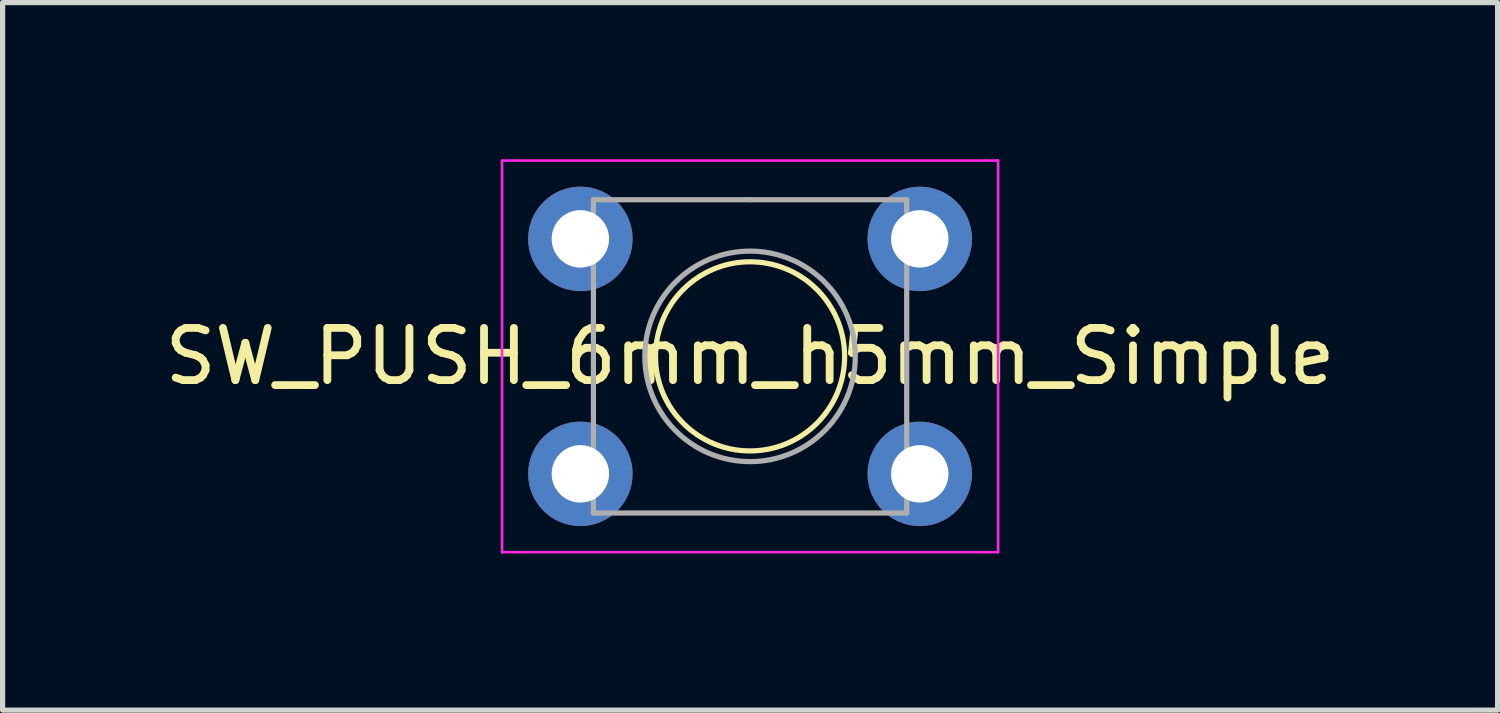
<source format=kicad_pcb>
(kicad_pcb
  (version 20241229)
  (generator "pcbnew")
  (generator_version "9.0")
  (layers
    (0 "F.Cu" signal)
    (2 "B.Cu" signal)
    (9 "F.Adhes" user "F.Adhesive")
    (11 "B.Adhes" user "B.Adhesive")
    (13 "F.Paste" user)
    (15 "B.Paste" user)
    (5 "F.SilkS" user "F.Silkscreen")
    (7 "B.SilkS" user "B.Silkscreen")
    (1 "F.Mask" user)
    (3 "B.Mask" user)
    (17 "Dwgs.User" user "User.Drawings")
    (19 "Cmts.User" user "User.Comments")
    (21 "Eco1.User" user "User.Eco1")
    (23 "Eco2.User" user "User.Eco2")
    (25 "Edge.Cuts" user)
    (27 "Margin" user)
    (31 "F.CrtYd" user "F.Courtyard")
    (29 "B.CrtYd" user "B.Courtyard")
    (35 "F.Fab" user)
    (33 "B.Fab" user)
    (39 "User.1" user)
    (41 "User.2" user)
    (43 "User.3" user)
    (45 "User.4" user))
  (footprint "SW_PUSH_6mm_h5mm_Simple"
    (layer "F.Cu")
    (at 8.065 1.525)
    (property "Reference" "SW_PUSH_6mm_h5mm_Simple" (at 3.25 2.25 0) (layer "F.SilkS") (effects (font (size 1 1) (thickness 0.15))))
    (attr through_hole)
    (fp_circle (center 3.25 2.25) (end 4.57 1.01) (stroke (width 0.1) (type default)) (fill no) (layer "F.SilkS"))
    (fp_line (start -1.5 -1.5) (end -1.25 -1.5) (stroke (width 0.05) (type solid)) (layer "F.CrtYd"))
    (fp_line (start -1.5 -1.25) (end -1.5 -1.5) (stroke (width 0.05) (type solid)) (layer "F.CrtYd"))
    (fp_line (start -1.5 5.75) (end -1.5 -1.25) (stroke (width 0.05) (type solid)) (layer "F.CrtYd"))
    (fp_line (start -1.5 5.75) (end -1.5 6) (stroke (width 0.05) (type solid)) (layer "F.CrtYd"))
    (fp_line (start -1.5 6) (end -1.25 6) (stroke (width 0.05) (type solid)) (layer "F.CrtYd"))
    (fp_line (start -1.25 -1.5) (end 7.75 -1.5) (stroke (width 0.05) (type solid)) (layer "F.CrtYd"))
    (fp_line (start 7.75 -1.5) (end 8 -1.5) (stroke (width 0.05) (type solid)) (layer "F.CrtYd"))
    (fp_line (start 7.75 6) (end -1.25 6) (stroke (width 0.05) (type solid)) (layer "F.CrtYd"))
    (fp_line (start 7.75 6) (end 8 6) (stroke (width 0.05) (type solid)) (layer "F.CrtYd"))
    (fp_line (start 8 -1.5) (end 8 -1.25) (stroke (width 0.05) (type solid)) (layer "F.CrtYd"))
    (fp_line (start 8 -1.25) (end 8 5.75) (stroke (width 0.05) (type solid)) (layer "F.CrtYd"))
    (fp_line (start 8 6) (end 8 5.75) (stroke (width 0.05) (type solid)) (layer "F.CrtYd"))
    (fp_line (start 0.25 -0.75) (end 3.25 -0.75) (stroke (width 0.1) (type solid)) (layer "F.Fab"))
    (fp_line (start 0.25 5.25) (end 0.25 -0.75) (stroke (width 0.1) (type solid)) (layer "F.Fab"))
    (fp_line (start 3.25 -0.75) (end 6.25 -0.75) (stroke (width 0.1) (type solid)) (layer "F.Fab"))
    (fp_line (start 6.25 -0.75) (end 6.25 5.25) (stroke (width 0.1) (type solid)) (layer "F.Fab"))
    (fp_line (start 6.25 5.25) (end 0.25 5.25) (stroke (width 0.1) (type solid)) (layer "F.Fab"))
    (fp_circle (center 3.25 2.25) (end 1.25 2.5) (stroke (width 0.1) (type solid)) (fill no) (layer "F.Fab"))
    (pad "1" thru_hole circle (at 0 0 90) (size 2 2) (drill 1.1) (layers "*.Cu" "*.Mask"))
    (pad "1" thru_hole circle (at 6.5 0 90) (size 2 2) (drill 1.1) (layers "*.Cu" "*.Mask"))
    (pad "2" thru_hole circle (at 0 4.5 90) (size 2 2) (drill 1.1) (layers "*.Cu" "*.Mask"))
    (pad "2" thru_hole circle (at 6.5 4.5 90) (size 2 2) (drill 1.1) (layers "*.Cu" "*.Mask")))
  (gr_rect
    (start -3 -3)
    (end 25.631 10.55)
    (stroke (width 0.1) (type default))
    (fill no)
    (layer "Edge.Cuts")))
</source>
